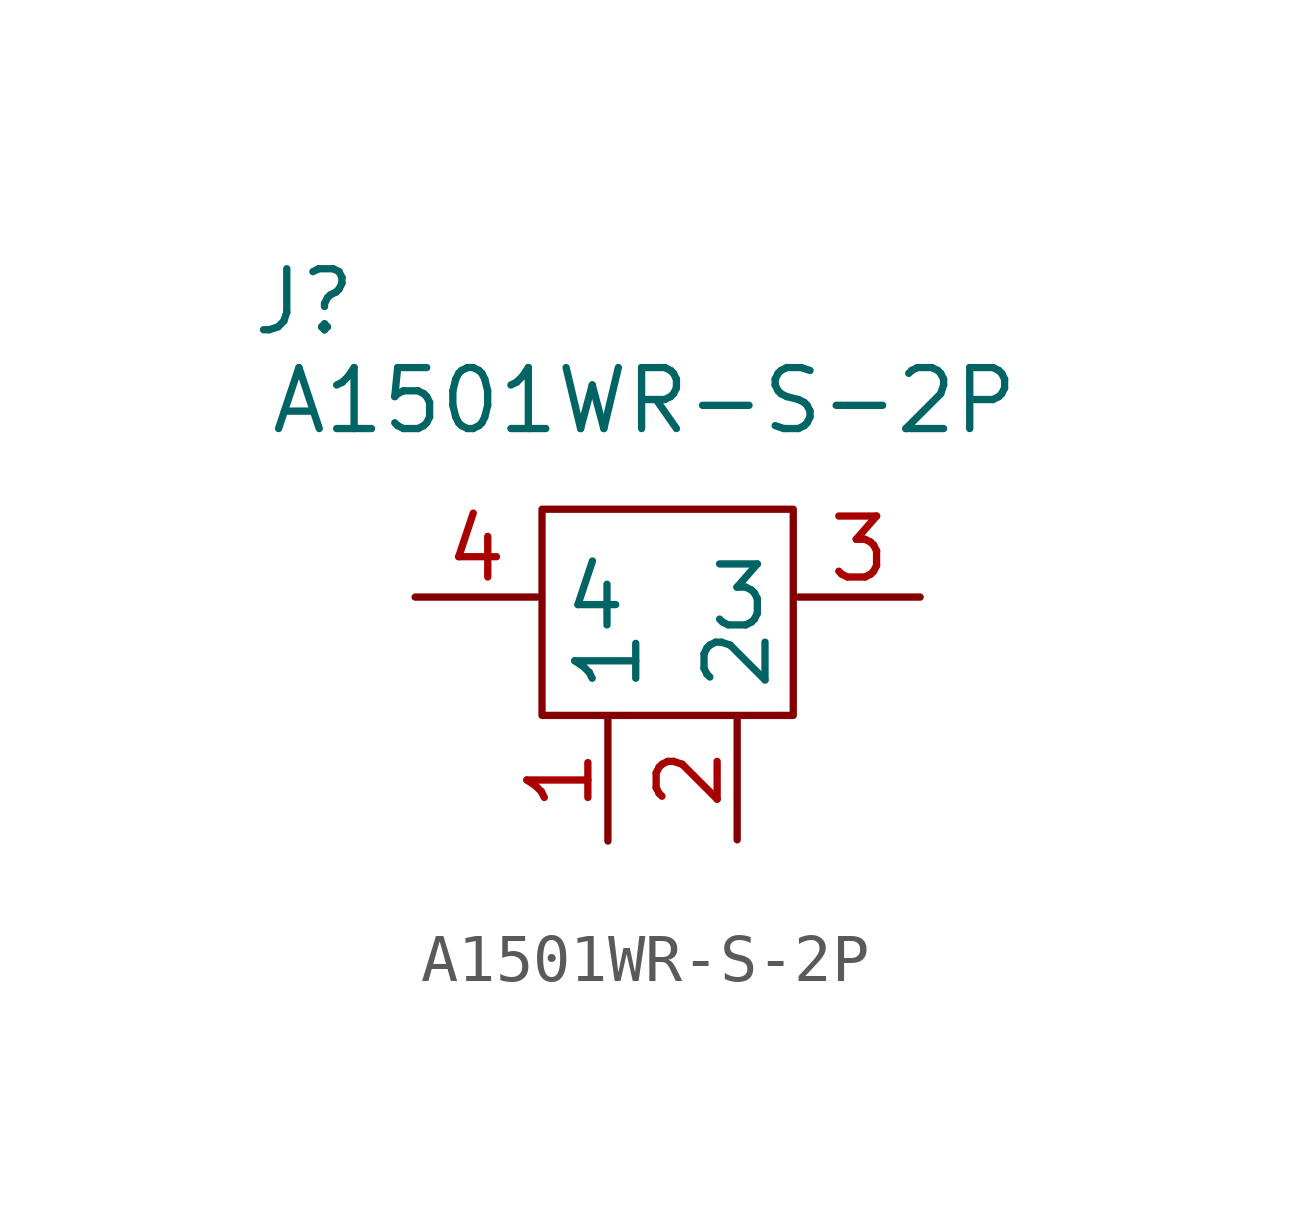
<source format=kicad_sym>
(kicad_symbol_lib
  (version 20210619)
  (generator kicad_symbol_editor)
  (symbol "esp32c3-altium-import:A1501WR-S-2P"
    (property "Reference" "J"
      (at -7.62 6.147 0)
      (effects (font (size 1.27 1.27))))
    (property "Value" "A1501WR-S-2P"
      (at -0.533 4.089 0)
      (effects (font (size 1.27 1.27))))
    (symbol "A1501WR-S-2P_0_1"
      (rectangle (start -2.667 1.829) (end 2.565 -2.464) (stroke (width 0.152)) (fill (type none))))
    (symbol "A1501WR-S-2P_1_1"
      (pin bidirectional line (at -1.295 -5.08 90) (length 2.54) (name "1" (effects (font (size 1.27 1.27)))) (number "1" (effects (font (size 1.27 1.27)))))
      (pin bidirectional line (at 1.397 -5.055 90) (length 2.54) (name "2" (effects (font (size 1.27 1.27)))) (number "2" (effects (font (size 1.27 1.27)))))
      (pin bidirectional line (at 5.207 0 180) (length 2.54) (name "3" (effects (font (size 1.27 1.27)))) (number "3" (effects (font (size 1.27 1.27)))))
      (pin bidirectional line (at -5.309 0 0) (length 2.54) (name "4" (effects (font (size 1.27 1.27)))) (number "4" (effects (font (size 1.27 1.27))))))))
</source>
